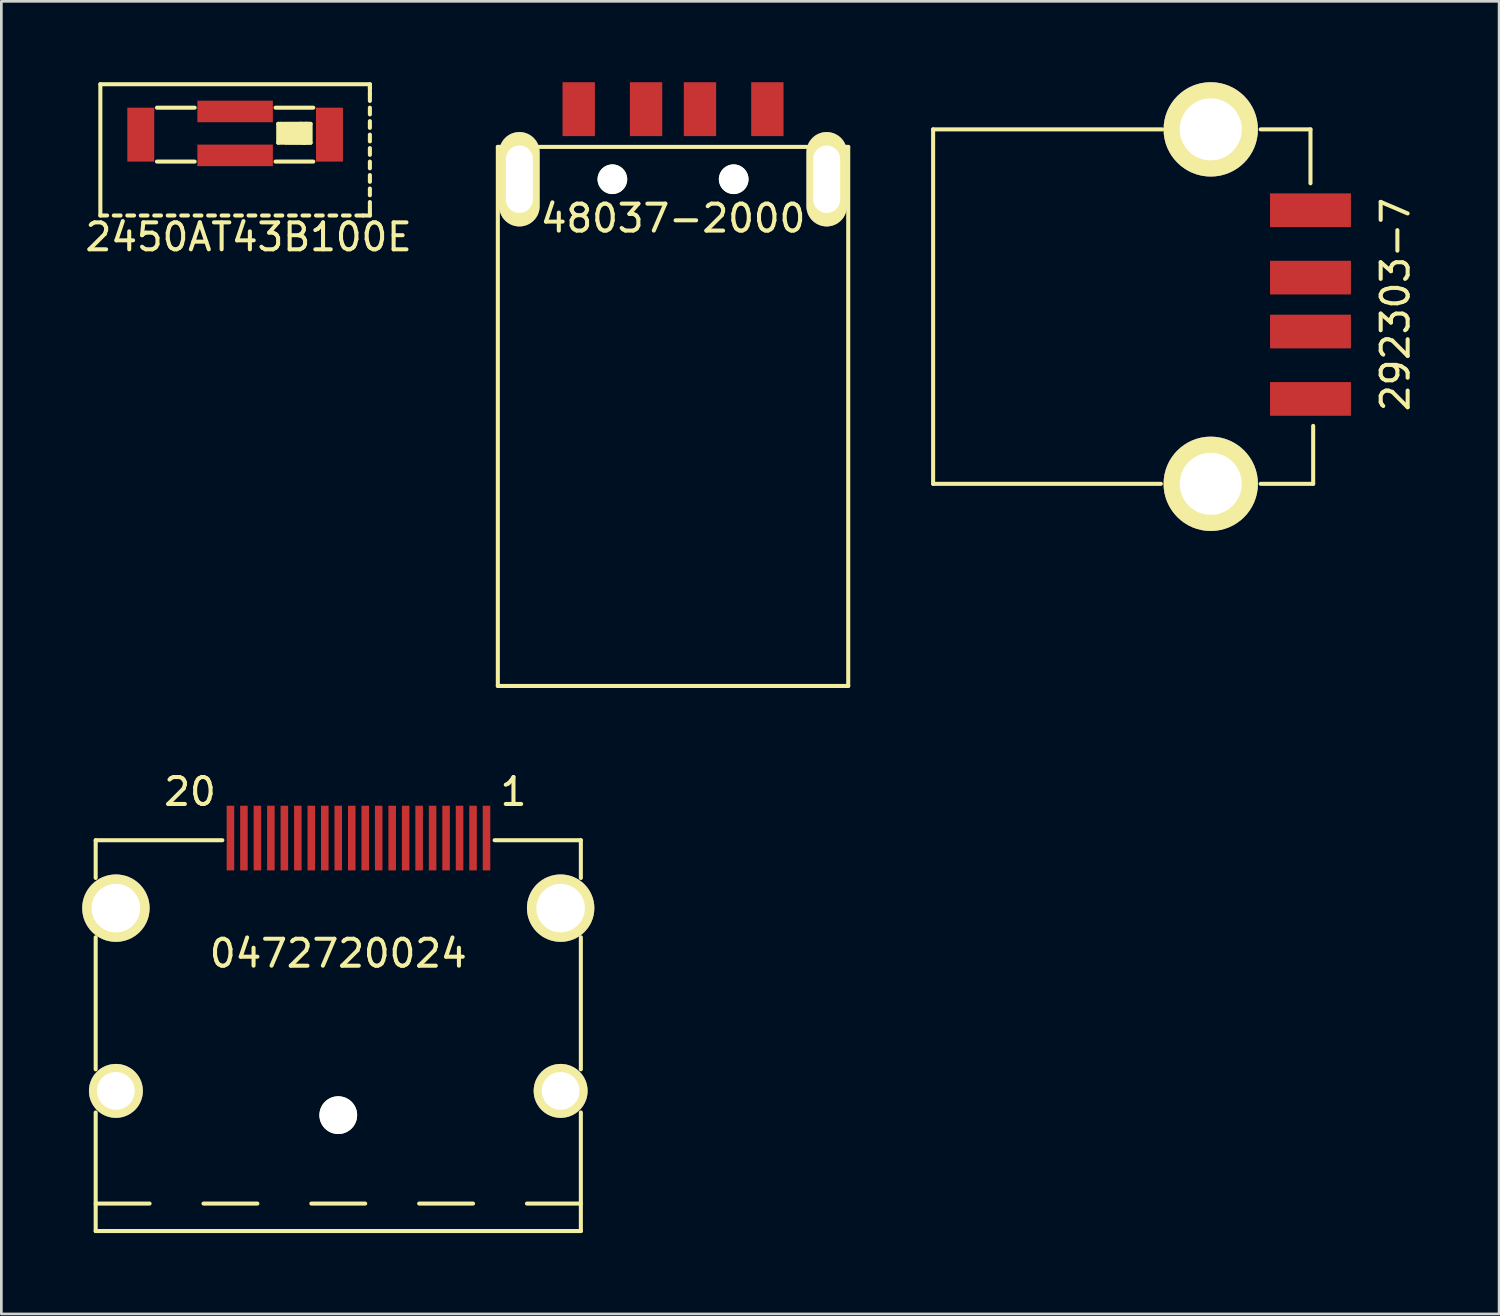
<source format=kicad_pcb>
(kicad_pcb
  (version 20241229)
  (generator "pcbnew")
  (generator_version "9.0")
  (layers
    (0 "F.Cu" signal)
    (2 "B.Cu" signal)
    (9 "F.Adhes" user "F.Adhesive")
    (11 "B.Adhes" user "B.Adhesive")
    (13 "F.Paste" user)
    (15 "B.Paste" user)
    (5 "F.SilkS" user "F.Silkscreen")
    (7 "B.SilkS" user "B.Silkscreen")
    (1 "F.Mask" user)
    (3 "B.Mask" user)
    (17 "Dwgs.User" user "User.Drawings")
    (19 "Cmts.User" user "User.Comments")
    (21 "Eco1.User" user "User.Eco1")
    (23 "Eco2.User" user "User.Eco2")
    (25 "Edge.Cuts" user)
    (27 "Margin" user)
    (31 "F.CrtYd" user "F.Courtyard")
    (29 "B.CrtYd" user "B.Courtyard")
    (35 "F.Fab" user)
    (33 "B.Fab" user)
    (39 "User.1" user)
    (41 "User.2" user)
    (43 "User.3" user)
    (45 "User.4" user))
  (footprint "0472720024"
    (layer "F.Cu")
    (at 9.5 38.323)
    (property "Reference" "0472720024" (at 0 -6 0) (layer "F.SilkS") (effects (font (size 1 1) (thickness 0.15))))
    (attr through_hole)
    (fp_line (start -9 -10.2) (end -4.3 -10.2) (stroke (width 0.15) (type solid)) (layer "F.SilkS"))
    (fp_line (start -9 -8.8) (end -9 -10.2) (stroke (width 0.15) (type solid)) (layer "F.SilkS"))
    (fp_line (start -9 -1.7) (end -9 -6.6) (stroke (width 0.15) (type solid)) (layer "F.SilkS"))
    (fp_line (start -9 4.3) (end -9 -0.1) (stroke (width 0.15) (type solid)) (layer "F.SilkS"))
    (fp_line (start -9 4.3) (end 9 4.3) (stroke (width 0.15) (type solid)) (layer "F.SilkS"))
    (fp_line (start -7 3.28) (end -9 3.28) (stroke (width 0.15) (type solid)) (layer "F.SilkS"))
    (fp_line (start -3 3.28) (end -5 3.28) (stroke (width 0.15) (type solid)) (layer "F.SilkS"))
    (fp_line (start -1 3.28) (end 1 3.28) (stroke (width 0.15) (type solid)) (layer "F.SilkS"))
    (fp_line (start 3 3.28) (end 5 3.28) (stroke (width 0.15) (type solid)) (layer "F.SilkS"))
    (fp_line (start 5.8 -10.2) (end 9 -10.2) (stroke (width 0.15) (type solid)) (layer "F.SilkS"))
    (fp_line (start 7 3.28) (end 9 3.28) (stroke (width 0.15) (type solid)) (layer "F.SilkS"))
    (fp_line (start 9 -10.2) (end 9 -8.8) (stroke (width 0.15) (type solid)) (layer "F.SilkS"))
    (fp_line (start 9 -6.6) (end 9 -1.7) (stroke (width 0.15) (type solid)) (layer "F.SilkS"))
    (fp_line (start 9 -0.1) (end 9 4.3) (stroke (width 0.15) (type solid)) (layer "F.SilkS"))
    (fp_text user "1" (at 6.5 -12 0) (layer "F.SilkS") (effects (font (size 1 1) (thickness 0.15))))
    (fp_text user "20" (at -5.5 -12 0) (layer "F.SilkS") (effects (font (size 1 1) (thickness 0.15))))
    (pad "" np_thru_hole circle (at 0 0) (size 1.4 1.4) (drill 1.4) (layers "*.Cu" "*.Mask" "F.SilkS"))
    (pad "1" smd rect (at 5.5 -10.28) (size 0.28 2.4) (layers "F.Cu" "F.Mask" "F.Paste"))
    (pad "2" smd rect (at 5 -10.28) (size 0.28 2.4) (layers "F.Cu" "F.Mask" "F.Paste"))
    (pad "3" smd rect (at 4.5 -10.28) (size 0.28 2.4) (layers "F.Cu" "F.Mask" "F.Paste"))
    (pad "4" smd rect (at 4 -10.28) (size 0.28 2.4) (layers "F.Cu" "F.Mask" "F.Paste"))
    (pad "5" smd rect (at 3.5 -10.28) (size 0.28 2.4) (layers "F.Cu" "F.Mask" "F.Paste"))
    (pad "6" smd rect (at 3 -10.28) (size 0.28 2.4) (layers "F.Cu" "F.Mask" "F.Paste"))
    (pad "7" smd rect (at 2.5 -10.28) (size 0.28 2.4) (layers "F.Cu" "F.Mask" "F.Paste"))
    (pad "8" smd rect (at 2 -10.28) (size 0.28 2.4) (layers "F.Cu" "F.Mask" "F.Paste"))
    (pad "9" smd rect (at 1.5 -10.28) (size 0.28 2.4) (layers "F.Cu" "F.Mask" "F.Paste"))
    (pad "10" smd rect (at 1 -10.28) (size 0.28 2.4) (layers "F.Cu" "F.Mask" "F.Paste"))
    (pad "11" smd rect (at 0.5 -10.28) (size 0.28 2.4) (layers "F.Cu" "F.Mask" "F.Paste"))
    (pad "12" smd rect (at 0 -10.28) (size 0.28 2.4) (layers "F.Cu" "F.Mask" "F.Paste"))
    (pad "13" smd rect (at -0.5 -10.28) (size 0.28 2.4) (layers "F.Cu" "F.Mask" "F.Paste"))
    (pad "14" smd rect (at -1 -10.28) (size 0.28 2.4) (layers "F.Cu" "F.Mask" "F.Paste"))
    (pad "15" smd rect (at -1.5 -10.28) (size 0.28 2.4) (layers "F.Cu" "F.Mask" "F.Paste"))
    (pad "16" smd rect (at -2 -10.28) (size 0.28 2.4) (layers "F.Cu" "F.Mask" "F.Paste"))
    (pad "17" smd rect (at -2.5 -10.28) (size 0.28 2.4) (layers "F.Cu" "F.Mask" "F.Paste"))
    (pad "18" smd rect (at -3 -10.28) (size 0.28 2.4) (layers "F.Cu" "F.Mask" "F.Paste"))
    (pad "19" smd rect (at -3.5 -10.28) (size 0.28 2.4) (layers "F.Cu" "F.Mask" "F.Paste"))
    (pad "20" smd rect (at -4 -10.28) (size 0.28 2.4) (layers "F.Cu" "F.Mask" "F.Paste"))
    (pad "S" thru_hole circle (at -8.25 -7.68) (size 2.5 2.5) (drill 1.8) (layers "*.Cu" "*.Mask" "F.SilkS"))
    (pad "S" thru_hole circle (at -8.25 -0.9) (size 2 2) (drill 1.4) (layers "*.Cu" "*.Mask" "F.SilkS"))
    (pad "S" thru_hole circle (at 8.25 -7.68) (size 2.5 2.5) (drill 1.8) (layers "*.Cu" "*.Mask" "F.SilkS"))
    (pad "S" thru_hole circle (at 8.25 -0.9) (size 2 2) (drill 1.4) (layers "*.Cu" "*.Mask" "F.SilkS")))
  (footprint "48037-2000"
    (layer "F.Cu")
    (at 21.92 3.6)
    (property "Reference" "48037-2000" (at 0 1.45 0) (layer "F.SilkS") (effects (font (size 1 1) (thickness 0.15))))
    (attr through_hole)
    (fp_line (start -6.5 -1.2) (end -6.5 18.8) (stroke (width 0.15) (type solid)) (layer "F.SilkS"))
    (fp_line (start -6.5 -1.2) (end 6.5 -1.2) (stroke (width 0.15) (type solid)) (layer "F.SilkS"))
    (fp_line (start -6.5 18.8) (end 2.6 18.8) (stroke (width 0.15) (type solid)) (layer "F.SilkS"))
    (fp_line (start 6.5 -1.2) (end 6.5 18.8) (stroke (width 0.15) (type solid)) (layer "F.SilkS"))
    (fp_line (start 6.5 18.8) (end 2.6 18.8) (stroke (width 0.15) (type solid)) (layer "F.SilkS"))
    (pad "" np_thru_hole circle (at -2.25 0) (size 1.1 1.1) (drill 1.1) (layers "*.Cu" "*.Mask" "F.SilkS"))
    (pad "" np_thru_hole circle (at 2.25 0) (size 1.1 1.1) (drill 1.1) (layers "*.Cu" "*.Mask" "F.SilkS"))
    (pad "1" smd rect (at 3.5 -2.6) (size 1.2 2) (layers "F.Cu" "F.Mask" "F.Paste"))
    (pad "2" smd rect (at 1 -2.6) (size 1.2 2) (layers "F.Cu" "F.Mask" "F.Paste"))
    (pad "3" smd rect (at -1 -2.6) (size 1.2 2) (layers "F.Cu" "F.Mask" "F.Paste"))
    (pad "4" smd rect (at -3.5 -2.6) (size 1.2 2) (layers "F.Cu" "F.Mask" "F.Paste"))
    (pad "S" thru_hole oval (at -5.7 0) (size 1.5 3.5) (drill oval 1 2.5) (layers "*.Cu" "*.Mask" "F.SilkS"))
    (pad "S" thru_hole oval (at 5.7 0) (size 1.5 3.5) (drill oval 1 2.5) (layers "*.Cu" "*.Mask" "F.SilkS")))
  (footprint "292303-7"
    (layer "F.Cu")
    (at 38.57 8.25)
    (property "Reference" "292303-7" (at 10.15 0 90) (layer "F.SilkS") (effects (font (size 1 1) (thickness 0.15))))
    (attr through_hole)
    (fp_line (start -7 6.65) (end -7 -6.5) (stroke (width 0.15) (type solid)) (layer "F.SilkS"))
    (fp_line (start 1.45 6.65) (end -7 6.65) (stroke (width 0.15) (type solid)) (layer "F.SilkS"))
    (fp_line (start 1.5 -6.5) (end -7 -6.5) (stroke (width 0.15) (type solid)) (layer "F.SilkS"))
    (fp_line (start 7 -6.5) (end 5.15 -6.5) (stroke (width 0.15) (type solid)) (layer "F.SilkS"))
    (fp_line (start 7 -6.5) (end 7 -4.5) (stroke (width 0.15) (type solid)) (layer "F.SilkS"))
    (fp_line (start 7.1 4.5) (end 7.1 6.65) (stroke (width 0.15) (type solid)) (layer "F.SilkS"))
    (fp_line (start 7.1 6.65) (end 5.15 6.65) (stroke (width 0.15) (type solid)) (layer "F.SilkS"))
    (pad "1" smd rect (at 7 -3.5) (size 3 1.25) (layers "F.Cu" "F.Mask" "F.Paste"))
    (pad "2" smd rect (at 7 -1) (size 3 1.25) (layers "F.Cu" "F.Mask" "F.Paste"))
    (pad "3" smd rect (at 7 1) (size 3 1.25) (layers "F.Cu" "F.Mask" "F.Paste"))
    (pad "4" smd rect (at 7 3.5) (size 3 1.25) (layers "F.Cu" "F.Mask" "F.Paste"))
    (pad "5" thru_hole circle (at 3.3 -6.5) (size 3.5 3.5) (drill 2.3) (layers "*.Cu" "*.Mask" "F.SilkS"))
    (pad "5" thru_hole circle (at 3.3 6.65) (size 3.5 3.5) (drill 2.3) (layers "*.Cu" "*.Mask" "F.SilkS")))
  (footprint "2450AT43B100E"
    (layer "F.Cu")
    (at 10.673 4.945)
    (property "Reference" "2450AT43B100E" (at -4.5 0.8 0) (layer "F.SilkS") (effects (font (size 1 1) (thickness 0.15))))
    (attr through_hole)
    (fp_line (start -10 -4.87) (end 0 -4.87) (stroke (width 0.15) (type solid)) (layer "F.SilkS"))
    (fp_line (start -10 0) (end -10 -4.87) (stroke (width 0.15) (type solid)) (layer "F.SilkS"))
    (fp_line (start -10 0) (end -9.75 0) (stroke (width 0.15) (type solid)) (layer "F.SilkS"))
    (fp_line (start -9.5 0) (end -9.25 0) (stroke (width 0.15) (type solid)) (layer "F.SilkS"))
    (fp_line (start -9 0) (end -8.75 0) (stroke (width 0.15) (type solid)) (layer "F.SilkS"))
    (fp_line (start -8.5 0) (end -8.25 0) (stroke (width 0.15) (type solid)) (layer "F.SilkS"))
    (fp_line (start -8 0) (end -7.75 0) (stroke (width 0.15) (type solid)) (layer "F.SilkS"))
    (fp_line (start -7.9 -4) (end -6.5 -4) (stroke (width 0.15) (type solid)) (layer "F.SilkS"))
    (fp_line (start -7.5 0) (end -7.25 0) (stroke (width 0.15) (type solid)) (layer "F.SilkS"))
    (fp_line (start -7 0) (end -6.75 0) (stroke (width 0.15) (type solid)) (layer "F.SilkS"))
    (fp_line (start -6.5 -2) (end -7.9 -2) (stroke (width 0.15) (type solid)) (layer "F.SilkS"))
    (fp_line (start -6.25 0) (end -6.5 0) (stroke (width 0.15) (type solid)) (layer "F.SilkS"))
    (fp_line (start -6 0) (end -5.75 0) (stroke (width 0.15) (type solid)) (layer "F.SilkS"))
    (fp_line (start -5.5 0) (end -5.25 0) (stroke (width 0.15) (type solid)) (layer "F.SilkS"))
    (fp_line (start -5 0) (end -4.75 0) (stroke (width 0.15) (type solid)) (layer "F.SilkS"))
    (fp_line (start -4.5 0) (end -4.25 0) (stroke (width 0.15) (type solid)) (layer "F.SilkS"))
    (fp_line (start -4 0) (end -3.75 0) (stroke (width 0.15) (type solid)) (layer "F.SilkS"))
    (fp_line (start -3.5 -4) (end -2.1 -4) (stroke (width 0.15) (type solid)) (layer "F.SilkS"))
    (fp_line (start -3.5 0) (end -3.25 0) (stroke (width 0.15) (type solid)) (layer "F.SilkS"))
    (fp_line (start -3.4 -3.4) (end -3.4 -2.7) (stroke (width 0.15) (type solid)) (layer "F.SilkS"))
    (fp_line (start -3.4 -2.7) (end -2.2 -2.7) (stroke (width 0.15) (type solid)) (layer "F.SilkS"))
    (fp_line (start -3.3 -3.4) (end -3.4 -3.4) (stroke (width 0.15) (type solid)) (layer "F.SilkS"))
    (fp_line (start -3.3 -3.3) (end -3.3 -2.8) (stroke (width 0.15) (type solid)) (layer "F.SilkS"))
    (fp_line (start -3.2 -2.8) (end -3.2 -3.3) (stroke (width 0.15) (type solid)) (layer "F.SilkS"))
    (fp_line (start -3.1 -3.4) (end -3.1 -2.7) (stroke (width 0.15) (type solid)) (layer "F.SilkS"))
    (fp_line (start -3 -2.7) (end -3 -3.4) (stroke (width 0.15) (type solid)) (layer "F.SilkS"))
    (fp_line (start -2.9 -3.4) (end -2.9 -2.7) (stroke (width 0.15) (type solid)) (layer "F.SilkS"))
    (fp_line (start -2.8 -2.7) (end -2.8 -3.4) (stroke (width 0.15) (type solid)) (layer "F.SilkS"))
    (fp_line (start -2.75 0) (end -3 0) (stroke (width 0.15) (type solid)) (layer "F.SilkS"))
    (fp_line (start -2.7 -3.4) (end -2.7 -2.7) (stroke (width 0.15) (type solid)) (layer "F.SilkS"))
    (fp_line (start -2.6 -3.4) (end -2.5 -3.4) (stroke (width 0.15) (type solid)) (layer "F.SilkS"))
    (fp_line (start -2.6 -2.7) (end -2.6 -3.4) (stroke (width 0.15) (type solid)) (layer "F.SilkS"))
    (fp_line (start -2.5 -3.4) (end -2.5 -2.7) (stroke (width 0.15) (type solid)) (layer "F.SilkS"))
    (fp_line (start -2.5 -2.7) (end -2.4 -2.7) (stroke (width 0.15) (type solid)) (layer "F.SilkS"))
    (fp_line (start -2.4 -3.4) (end -2.3 -3.4) (stroke (width 0.15) (type solid)) (layer "F.SilkS"))
    (fp_line (start -2.4 -2.7) (end -2.4 -3.4) (stroke (width 0.15) (type solid)) (layer "F.SilkS"))
    (fp_line (start -2.3 -3.4) (end -2.3 -2.7) (stroke (width 0.15) (type solid)) (layer "F.SilkS"))
    (fp_line (start -2.25 0) (end -2.5 0) (stroke (width 0.15) (type solid)) (layer "F.SilkS"))
    (fp_line (start -2.2 -3.4) (end -3.3 -3.4) (stroke (width 0.15) (type solid)) (layer "F.SilkS"))
    (fp_line (start -2.2 -2.7) (end -2.2 -3.4) (stroke (width 0.15) (type solid)) (layer "F.SilkS"))
    (fp_line (start -2.1 -2) (end -3.5 -2) (stroke (width 0.15) (type solid)) (layer "F.SilkS"))
    (fp_line (start -2 0) (end -1.75 0) (stroke (width 0.15) (type solid)) (layer "F.SilkS"))
    (fp_line (start -1.5 0) (end -1.25 0) (stroke (width 0.15) (type solid)) (layer "F.SilkS"))
    (fp_line (start -1 0) (end -0.75 0) (stroke (width 0.15) (type solid)) (layer "F.SilkS"))
    (fp_line (start -0.5 0) (end -0.25 0) (stroke (width 0.15) (type solid)) (layer "F.SilkS"))
    (fp_line (start -0.25 0) (end 0 0) (stroke (width 0.15) (type solid)) (layer "F.SilkS"))
    (fp_line (start 0 -4.87) (end 0 -4.72) (stroke (width 0.15) (type solid)) (layer "F.SilkS"))
    (fp_line (start 0 -4.5) (end 0 -4.75) (stroke (width 0.15) (type solid)) (layer "F.SilkS"))
    (fp_line (start 0 -4.25) (end 0 -4.5) (stroke (width 0.15) (type solid)) (layer "F.SilkS"))
    (fp_line (start 0 -3.75) (end 0 -4) (stroke (width 0.15) (type solid)) (layer "F.SilkS"))
    (fp_line (start 0 -3.25) (end 0 -3.5) (stroke (width 0.15) (type solid)) (layer "F.SilkS"))
    (fp_line (start 0 -2.75) (end 0 -3) (stroke (width 0.15) (type solid)) (layer "F.SilkS"))
    (fp_line (start 0 -2.25) (end 0 -2.5) (stroke (width 0.15) (type solid)) (layer "F.SilkS"))
    (fp_line (start 0 -1.75) (end 0 -2) (stroke (width 0.15) (type solid)) (layer "F.SilkS"))
    (fp_line (start 0 -1.25) (end 0 -1.5) (stroke (width 0.15) (type solid)) (layer "F.SilkS"))
    (fp_line (start 0 -0.75) (end 0 -1) (stroke (width 0.15) (type solid)) (layer "F.SilkS"))
    (fp_line (start 0 0) (end 0 -0.5) (stroke (width 0.15) (type solid)) (layer "F.SilkS"))
    (pad "1" smd rect (at -1.5 -3) (size 1 2) (layers "F.Cu" "F.Mask" "F.Paste"))
    (pad "A1" smd rect (at -3.6 -1.83) (size 2.8 0.8) (drill (offset -1.4 -0.4)) (layers "F.Cu" "F.Mask" "F.Paste"))
    (pad "A2" smd rect (at -3.6 -3.46) (size 2.8 0.8) (drill (offset -1.4 -0.4)) (layers "F.Cu" "F.Mask" "F.Paste"))
    (pad "A3" smd rect (at -8.5 -3) (size 1 2) (layers "F.Cu" "F.Mask" "F.Paste")))
  (gr_rect
    (start -3 -3)
    (end 52.568 45.698)
    (stroke (width 0.1) (type default))
    (fill no)
    (layer "Edge.Cuts")))
</source>
